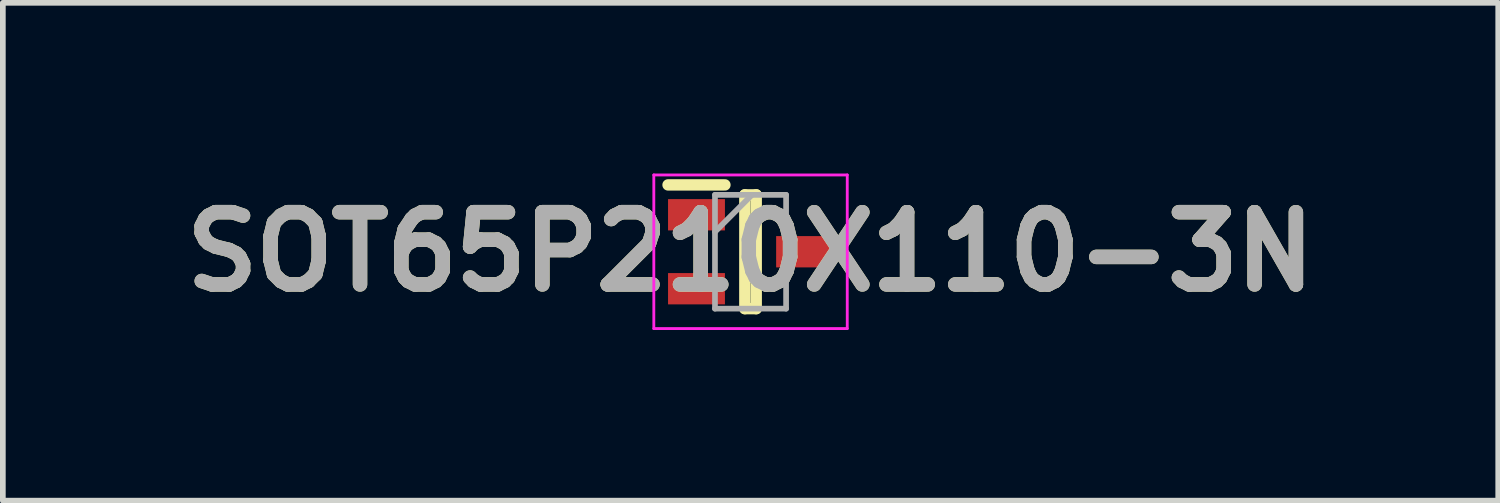
<source format=kicad_pcb>
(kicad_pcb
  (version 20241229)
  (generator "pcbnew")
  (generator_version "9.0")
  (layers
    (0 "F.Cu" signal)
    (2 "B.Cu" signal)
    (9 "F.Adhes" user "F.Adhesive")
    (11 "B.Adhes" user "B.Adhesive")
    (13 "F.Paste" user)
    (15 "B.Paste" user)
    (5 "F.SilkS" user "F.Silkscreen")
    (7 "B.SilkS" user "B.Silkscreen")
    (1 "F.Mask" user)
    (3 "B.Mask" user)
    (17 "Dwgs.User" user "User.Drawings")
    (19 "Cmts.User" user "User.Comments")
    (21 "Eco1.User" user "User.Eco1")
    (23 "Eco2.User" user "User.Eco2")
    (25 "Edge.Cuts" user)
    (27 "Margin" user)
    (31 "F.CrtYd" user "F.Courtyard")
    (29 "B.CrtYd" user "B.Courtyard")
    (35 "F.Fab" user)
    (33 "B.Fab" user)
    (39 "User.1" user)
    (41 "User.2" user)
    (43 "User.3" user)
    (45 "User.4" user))
  (footprint "SOT65P210X110-3N"
    (layer "F.Cu")
    (at 10.142 1.375)
    (property "Reference" "SOT65P210X110-3N" (at 0 0 0) (layer "F.SilkS") (effects (font (size 1.27 1.27) (thickness 0.254))))
    (attr smd)
    (fp_line (start -1.45 -1.175) (end -0.45 -1.175) (stroke (width 0.2) (type solid)) (layer "F.SilkS"))
    (fp_line (start -0.1 -1) (end 0.1 -1) (stroke (width 0.2) (type solid)) (layer "F.SilkS"))
    (fp_line (start -0.1 1) (end -0.1 -1) (stroke (width 0.2) (type solid)) (layer "F.SilkS"))
    (fp_line (start 0.1 -1) (end 0.1 1) (stroke (width 0.2) (type solid)) (layer "F.SilkS"))
    (fp_line (start 0.1 1) (end -0.1 1) (stroke (width 0.2) (type solid)) (layer "F.SilkS"))
    (fp_line (start -1.7 -1.35) (end 1.7 -1.35) (stroke (width 0.05) (type solid)) (layer "F.CrtYd"))
    (fp_line (start -1.7 1.35) (end -1.7 -1.35) (stroke (width 0.05) (type solid)) (layer "F.CrtYd"))
    (fp_line (start 1.7 -1.35) (end 1.7 1.35) (stroke (width 0.05) (type solid)) (layer "F.CrtYd"))
    (fp_line (start 1.7 1.35) (end -1.7 1.35) (stroke (width 0.05) (type solid)) (layer "F.CrtYd"))
    (fp_line (start -0.625 -1) (end 0.625 -1) (stroke (width 0.1) (type solid)) (layer "F.Fab"))
    (fp_line (start -0.625 -0.35) (end 0.025 -1) (stroke (width 0.1) (type solid)) (layer "F.Fab"))
    (fp_line (start -0.625 1) (end -0.625 -1) (stroke (width 0.1) (type solid)) (layer "F.Fab"))
    (fp_line (start 0.625 -1) (end 0.625 1) (stroke (width 0.1) (type solid)) (layer "F.Fab"))
    (fp_line (start 0.625 1) (end -0.625 1) (stroke (width 0.1) (type solid)) (layer "F.Fab"))
    (fp_text user "${REFERENCE}" (at 0 0 0) (layer "F.Fab") (effects (font (size 1.27 1.27) (thickness 0.254))))
    (pad "1" smd rect (at -0.95 -0.65 90) (size 0.55 1) (layers "F.Cu" "F.Mask" "F.Paste"))
    (pad "2" smd rect (at -0.95 0.65 90) (size 0.55 1) (layers "F.Cu" "F.Mask" "F.Paste"))
    (pad "3" smd rect (at 0.95 0 90) (size 0.55 1) (layers "F.Cu" "F.Mask" "F.Paste")))
  (gr_rect
    (start -3 -3)
    (end 23.284 5.75)
    (stroke (width 0.1) (type default))
    (fill no)
    (layer "Edge.Cuts")))
</source>
